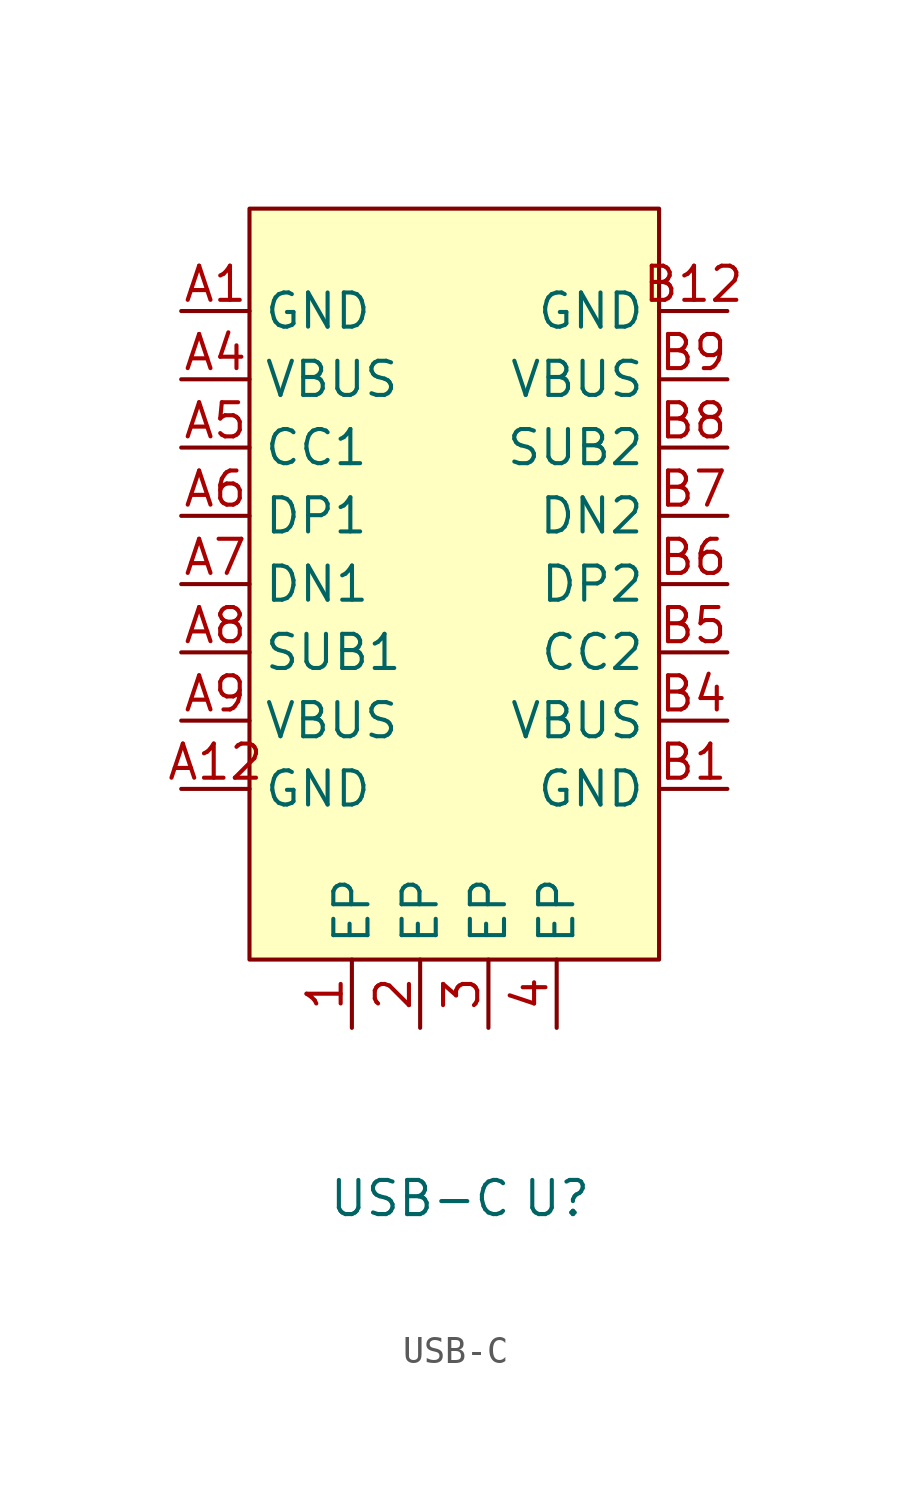
<source format=kicad_sym>
(kicad_symbol_lib
  (version 20211014)
  (generator kicad_symbol_editor)
  (symbol "USB-C"
    (property "Reference" "U"
      (at 3.81 -22.86 0)
      (effects (font (size 1.27 1.27))))
    (property "Value" "USB-C"
      (at -1.27 -22.86 0)
      (effects (font (size 1.27 1.27))))
    (symbol "USB-C_0_1"
      (polyline (pts (xy -7.62 13.97) (xy 7.62 13.97) (xy 7.62 -13.97) (xy -7.62 -13.97) (xy -7.62 13.97)) (stroke (width 0) (type default) (color 0 0 0 0)) (fill (type background))))
    (symbol "USB-C_1_1"
      (pin output line (at -3.81 -16.51 90) (length 2.54) (name "EP" (effects (font (size 1.27 1.27)))) (number "1" (effects (font (size 1.27 1.27)))))
      (pin output line (at -1.27 -16.51 90) (length 2.54) (name "EP" (effects (font (size 1.27 1.27)))) (number "2" (effects (font (size 1.27 1.27)))))
      (pin output line (at 1.27 -16.51 90) (length 2.54) (name "EP" (effects (font (size 1.27 1.27)))) (number "3" (effects (font (size 1.27 1.27)))))
      (pin output line (at 3.81 -16.51 90) (length 2.54) (name "EP" (effects (font (size 1.27 1.27)))) (number "4" (effects (font (size 1.27 1.27)))))
      (pin power_in line (at -10.16 10.16 0) (length 2.54) (name "GND" (effects (font (size 1.27 1.27)))) (number "A1" (effects (font (size 1.27 1.27)))))
      (pin power_in line (at -10.16 -7.62 0) (length 2.54) (name "GND" (effects (font (size 1.27 1.27)))) (number "A12" (effects (font (size 1.27 1.27)))))
      (pin power_out line (at -10.16 7.62 0) (length 2.54) (name "VBUS" (effects (font (size 1.27 1.27)))) (number "A4" (effects (font (size 1.27 1.27)))))
      (pin output line (at -10.16 5.08 0) (length 2.54) (name "CC1" (effects (font (size 1.27 1.27)))) (number "A5" (effects (font (size 1.27 1.27)))))
      (pin output line (at -10.16 2.54 0) (length 2.54) (name "DP1" (effects (font (size 1.27 1.27)))) (number "A6" (effects (font (size 1.27 1.27)))))
      (pin output line (at -10.16 0 0) (length 2.54) (name "DN1" (effects (font (size 1.27 1.27)))) (number "A7" (effects (font (size 1.27 1.27)))))
      (pin output line (at -10.16 -2.54 0) (length 2.54) (name "SUB1" (effects (font (size 1.27 1.27)))) (number "A8" (effects (font (size 1.27 1.27)))))
      (pin power_out line (at -10.16 -5.08 0) (length 2.54) (name "VBUS" (effects (font (size 1.27 1.27)))) (number "A9" (effects (font (size 1.27 1.27)))))
      (pin power_in line (at 10.16 -7.62 180) (length 2.54) (name "GND" (effects (font (size 1.27 1.27)))) (number "B1" (effects (font (size 1.27 1.27)))))
      (pin power_in line (at 10.16 10.16 180) (length 2.54) (name "GND" (effects (font (size 1.27 1.27)))) (number "B12" (effects (font (size 1.27 1.27)))))
      (pin power_out line (at 10.16 -5.08 180) (length 2.54) (name "VBUS" (effects (font (size 1.27 1.27)))) (number "B4" (effects (font (size 1.27 1.27)))))
      (pin output line (at 10.16 -2.54 180) (length 2.54) (name "CC2" (effects (font (size 1.27 1.27)))) (number "B5" (effects (font (size 1.27 1.27)))))
      (pin output line (at 10.16 0 180) (length 2.54) (name "DP2" (effects (font (size 1.27 1.27)))) (number "B6" (effects (font (size 1.27 1.27)))))
      (pin output line (at 10.16 2.54 180) (length 2.54) (name "DN2" (effects (font (size 1.27 1.27)))) (number "B7" (effects (font (size 1.27 1.27)))))
      (pin output line (at 10.16 5.08 180) (length 2.54) (name "SUB2" (effects (font (size 1.27 1.27)))) (number "B8" (effects (font (size 1.27 1.27)))))
      (pin power_out line (at 10.16 7.62 180) (length 2.54) (name "VBUS" (effects (font (size 1.27 1.27)))) (number "B9" (effects (font (size 1.27 1.27))))))))
</source>
